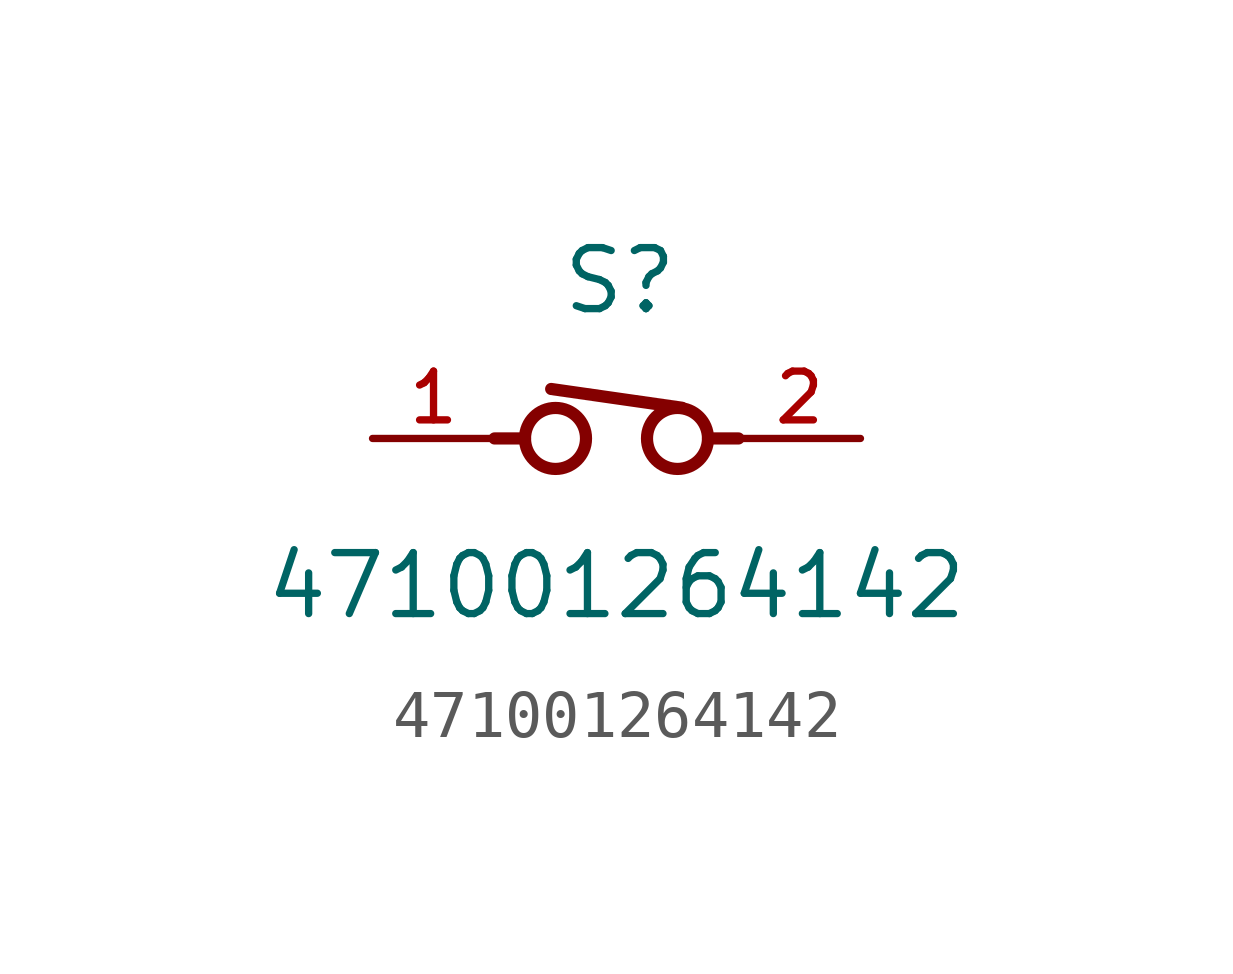
<source format=kicad_sym>
(kicad_symbol_lib
  (version 20211014)
  (generator kicad_symbol_editor)
  (symbol "471001264142"
    (pin_names
      (offset 1.016))
    (property "Reference" "S"
      (at 0.07 2.54 0)
      (effects (font (size 1.27 1.27)) (justify bottom)))
    (property "Value" "471001264142"
      (at 0.0 -3.81 0)
      (effects (font (size 1.27 1.27)) (justify bottom)))
    (symbol "471001264142_0_0"
      (circle (center -1.27 0.0) (radius 0.635) (stroke (width 0.254)) (fill (type none)))
      (circle (center 1.27 0.0) (radius 0.635) (stroke (width 0.254)) (fill (type none)))
      (polyline (pts (xy 1.36 0.64) (xy -1.36 1.03)) (stroke (width 0.254)))
      (polyline (pts (xy -2.54 0.0) (xy -1.905 0.0)) (stroke (width 0.254)))
      (polyline (pts (xy 2.54 0.0) (xy 1.905 0.0)) (stroke (width 0.254)))
      (pin passive line (at 5.08 0.0 180.0) (length 2.54) (name "~" (effects (font (size 1.016 1.016)))) (number "2" (effects (font (size 1.016 1.016)))))
      (pin passive line (at -5.08 0.0 0) (length 2.54) (name "~" (effects (font (size 1.016 1.016)))) (number "1" (effects (font (size 1.016 1.016))))))))
</source>
